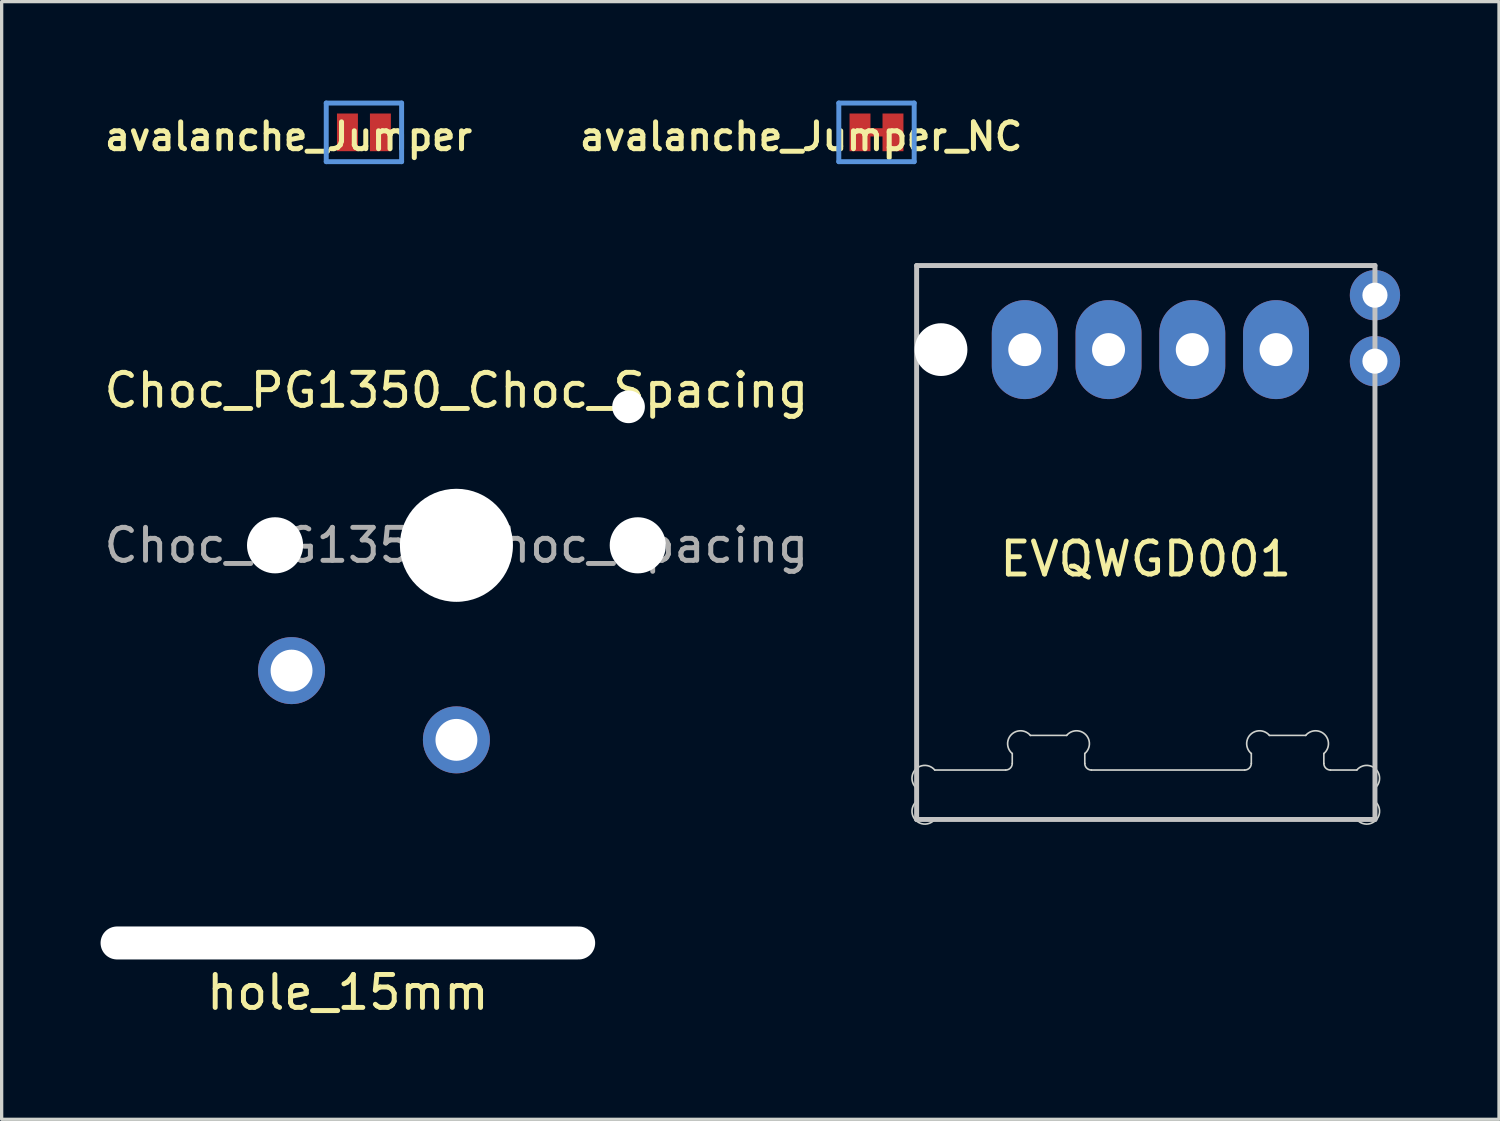
<source format=kicad_pcb>
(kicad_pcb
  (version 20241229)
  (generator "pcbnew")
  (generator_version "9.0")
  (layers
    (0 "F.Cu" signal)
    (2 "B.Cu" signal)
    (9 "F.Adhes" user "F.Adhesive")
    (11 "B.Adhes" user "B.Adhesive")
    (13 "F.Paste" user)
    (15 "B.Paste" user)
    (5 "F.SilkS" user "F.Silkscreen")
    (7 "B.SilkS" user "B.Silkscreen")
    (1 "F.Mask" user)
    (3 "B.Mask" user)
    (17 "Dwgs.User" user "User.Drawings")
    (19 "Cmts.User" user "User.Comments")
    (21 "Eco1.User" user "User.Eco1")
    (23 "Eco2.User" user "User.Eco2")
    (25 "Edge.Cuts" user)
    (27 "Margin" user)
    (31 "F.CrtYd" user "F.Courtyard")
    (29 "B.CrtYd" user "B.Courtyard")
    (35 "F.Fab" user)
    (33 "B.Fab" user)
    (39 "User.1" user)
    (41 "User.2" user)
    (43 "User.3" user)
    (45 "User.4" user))
  (footprint "Choc_PG1350_Choc_Spacing"
    (layer "F.Cu")
    (at 10.792 13.488)
    (property "Reference" "Choc_PG1350_Choc_Spacing" (at 0 0 0) (layer "F.Fab") (effects (font (size 1 1) (thickness 0.15))))
    (attr through_hole)
    (fp_line (start -9 -8.5) (end 9 -8.5) (stroke (width 0.12) (type solid)) (layer "Eco1.User"))
    (fp_line (start -9 8.5) (end -9 -8.5) (stroke (width 0.12) (type solid)) (layer "Eco1.User"))
    (fp_line (start 9 -8.5) (end 9 8.5) (stroke (width 0.12) (type solid)) (layer "Eco1.User"))
    (fp_line (start 9 8.5) (end -9 8.5) (stroke (width 0.12) (type solid)) (layer "Eco1.User"))
    (fp_line (start -6.9 6.9) (end -6.9 -6.9) (stroke (width 0.15) (type solid)) (layer "Eco2.User"))
    (fp_line (start -6.9 6.9) (end 6.9 6.9) (stroke (width 0.15) (type solid)) (layer "Eco2.User"))
    (fp_line (start -2.6 -3.1) (end -2.6 -6.3) (stroke (width 0.15) (type solid)) (layer "Eco2.User"))
    (fp_line (start -2.6 -3.1) (end 2.6 -3.1) (stroke (width 0.15) (type solid)) (layer "Eco2.User"))
    (fp_line (start 2.6 -6.3) (end -2.6 -6.3) (stroke (width 0.15) (type solid)) (layer "Eco2.User"))
    (fp_line (start 2.6 -3.1) (end 2.6 -6.3) (stroke (width 0.15) (type solid)) (layer "Eco2.User"))
    (fp_line (start 6.9 -6.9) (end -6.9 -6.9) (stroke (width 0.15) (type solid)) (layer "Eco2.User"))
    (fp_line (start 6.9 -6.9) (end 6.9 6.9) (stroke (width 0.15) (type solid)) (layer "Eco2.User"))
    (fp_text user "${REFERENCE}" (at 0 -4.7 0) (layer "F.SilkS") (effects (font (size 1 1) (thickness 0.15))))
    (pad "" np_thru_hole circle (at -5.5 0) (size 1.702 1.702) (drill 1.702) (layers "*.Cu" "*.Mask"))
    (pad "" np_thru_hole circle (at 0 0) (size 3.429 3.429) (drill 3.429) (layers "*.Cu" "*.Mask"))
    (pad "" np_thru_hole circle (at 5.22 -4.2) (size 0.991 0.991) (drill 0.991) (layers "*.Cu" "*.Mask"))
    (pad "" np_thru_hole circle (at 5.5 0) (size 1.702 1.702) (drill 1.702) (layers "*.Cu" "*.Mask"))
    (pad "1" thru_hole circle (at 0 5.9) (size 2.032 2.032) (drill 1.27) (layers "*.Cu" "*.Mask"))
    (pad "2" thru_hole circle (at -5 3.8) (size 2.032 2.032) (drill 1.27) (layers "*.Cu" "*.Mask")))
  (footprint "avalanche_Jumper_NC"
    (layer "F.Cu")
    (at 23.532 0.964)
    (property "Reference" "avalanche_Jumper_NC" (at -2.286 0.127 0) (layer "F.SilkS") (effects (font (size 0.813 0.813) (thickness 0.152))))
    (attr smd)
    (fp_line (start -1.143 -0.889) (end 1.143 -0.889) (stroke (width 0.15) (type solid)) (layer "Cmts.User"))
    (fp_line (start -1.143 0.889) (end -1.143 -0.889) (stroke (width 0.15) (type solid)) (layer "Cmts.User"))
    (fp_line (start 1.143 -0.889) (end 1.143 0.889) (stroke (width 0.15) (type solid)) (layer "Cmts.User"))
    (fp_line (start 1.143 0.889) (end -1.143 0.889) (stroke (width 0.15) (type solid)) (layer "Cmts.User"))
    (pad "1" smd rect (at -0.5 0) (size 0.635 1.143) (layers "F.Cu" "F.Mask" "F.Paste"))
    (pad "2" smd rect (at 0 -0.00038 90) (size 0.25 1.143) (layers "F.Cu" "F.Mask" "F.Paste"))
    (pad "2" smd rect (at 0.5 0) (size 0.635 1.143) (layers "F.Cu" "F.Mask" "F.Paste")))
  (footprint "avalanche_Jumper"
    (layer "F.Cu")
    (at 7.987 0.964)
    (property "Reference" "avalanche_Jumper" (at -2.286 0.127 0) (layer "F.SilkS") (effects (font (size 0.813 0.813) (thickness 0.152))))
    (attr smd)
    (fp_line (start -1.143 -0.889) (end 1.143 -0.889) (stroke (width 0.15) (type solid)) (layer "Cmts.User"))
    (fp_line (start -1.143 0.889) (end -1.143 -0.889) (stroke (width 0.15) (type solid)) (layer "Cmts.User"))
    (fp_line (start 1.143 -0.889) (end 1.143 0.889) (stroke (width 0.15) (type solid)) (layer "Cmts.User"))
    (fp_line (start 1.143 0.889) (end -1.143 0.889) (stroke (width 0.15) (type solid)) (layer "Cmts.User"))
    (pad "1" smd rect (at -0.5 0) (size 0.635 1.143) (layers "F.Cu" "F.Mask" "F.Paste"))
    (pad "2" smd rect (at 0.5 0) (size 0.635 1.143) (layers "F.Cu" "F.Mask" "F.Paste")))
  (footprint "hole_15mm"
    (layer "F.Cu")
    (at 7.5 25.548)
    (property "Reference" "hole_15mm" (at 0 1.5 0) (layer "F.SilkS") (effects (font (size 1 1) (thickness 0.15))))
    (attr through_hole)
    (pad "" np_thru_hole oval (at 0 0 90) (size 1 15) (drill oval 1 15) (layers "*.Cu" "*.Mask")))
  (footprint "EVQWGD001"
    (layer "F.Cu")
    (at 31.699 13.403)
    (property "Reference" "EVQWGD001" (at 0 0.5 180) (layer "F.SilkS") (effects (font (size 1 1) (thickness 0.15))))
    (attr through_hole)
    (fp_line (start -6.95 -8.4) (end -6.95 8.4) (stroke (width 0.15) (type solid)) (layer "Dwgs.User"))
    (fp_line (start -6.95 -8.4) (end 6.95 -8.4) (stroke (width 0.15) (type solid)) (layer "Dwgs.User"))
    (fp_line (start -6.95 8.4) (end 6.95 8.4) (stroke (width 0.15) (type solid)) (layer "Dwgs.User"))
    (fp_line (start 6.95 -8.4) (end 6.95 8.4) (stroke (width 0.15) (type solid)) (layer "Dwgs.User"))
    (fp_line (start -6.95 7.45) (end -6.95 7.85) (stroke (width 0.05) (type solid)) (layer "Edge.Cuts"))
    (fp_line (start -6.4 6.9) (end -4.25 6.9) (stroke (width 0.05) (type solid)) (layer "Edge.Cuts"))
    (fp_line (start -6.4 8.4) (end 6.4 8.4) (stroke (width 0.05) (type solid)) (layer "Edge.Cuts"))
    (fp_line (start -4.05 6.7) (end -4.05 6.4) (stroke (width 0.05) (type solid)) (layer "Edge.Cuts"))
    (fp_line (start -2.4 5.85) (end -3.5 5.85) (stroke (width 0.05) (type solid)) (layer "Edge.Cuts"))
    (fp_line (start -1.85 6.7) (end -1.85 6.4) (stroke (width 0.05) (type solid)) (layer "Edge.Cuts"))
    (fp_line (start -1.65 6.9) (end 3 6.9) (stroke (width 0.05) (type solid)) (layer "Edge.Cuts"))
    (fp_line (start 3.2 6.7) (end 3.2 6.4) (stroke (width 0.05) (type solid)) (layer "Edge.Cuts"))
    (fp_line (start 4.85 5.85) (end 3.75 5.85) (stroke (width 0.05) (type solid)) (layer "Edge.Cuts"))
    (fp_line (start 5.4 6.7) (end 5.4 6.4) (stroke (width 0.05) (type solid)) (layer "Edge.Cuts"))
    (fp_line (start 5.6 6.9) (end 6.4 6.9) (stroke (width 0.05) (type solid)) (layer "Edge.Cuts"))
    (fp_line (start 6.95 7.45) (end 6.95 7.85) (stroke (width 0.05) (type solid)) (layer "Edge.Cuts"))
    (fp_arc (start -6.94997 7.450024) (mid -6.976147 6.87388) (end -6.4 6.900001) (stroke (width 0.05) (type solid)) (layer "Edge.Cuts"))
    (fp_arc (start -6.4 8.4) (mid -6.976134 8.426134) (end -6.95 7.85) (stroke (width 0.05) (type solid)) (layer "Edge.Cuts"))
    (fp_arc (start -4.05 6.4) (mid -4.076134 5.823866) (end -3.5 5.85) (stroke (width 0.05) (type solid)) (layer "Edge.Cuts"))
    (fp_arc (start -4.05 6.7) (mid -4.108579 6.841421) (end -4.25 6.9) (stroke (width 0.05) (type solid)) (layer "Edge.Cuts"))
    (fp_arc (start -2.4 5.85) (mid -1.823866 5.823866) (end -1.85 6.4) (stroke (width 0.05) (type solid)) (layer "Edge.Cuts"))
    (fp_arc (start -1.65 6.9) (mid -1.791421 6.841421) (end -1.85 6.7) (stroke (width 0.05) (type solid)) (layer "Edge.Cuts"))
    (fp_arc (start 3.2 6.4) (mid 3.173866 5.823866) (end 3.75 5.85) (stroke (width 0.05) (type solid)) (layer "Edge.Cuts"))
    (fp_arc (start 3.2 6.7) (mid 3.141421 6.841421) (end 3 6.9) (stroke (width 0.05) (type solid)) (layer "Edge.Cuts"))
    (fp_arc (start 4.85 5.85) (mid 5.426134 5.823866) (end 5.4 6.4) (stroke (width 0.05) (type solid)) (layer "Edge.Cuts"))
    (fp_arc (start 5.6 6.9) (mid 5.458579 6.841421) (end 5.4 6.7) (stroke (width 0.05) (type solid)) (layer "Edge.Cuts"))
    (fp_arc (start 6.4 6.9) (mid 6.976134 6.873866) (end 6.95 7.45) (stroke (width 0.05) (type solid)) (layer "Edge.Cuts"))
    (fp_arc (start 6.95 7.85) (mid 6.976134 8.426134) (end 6.4 8.4) (stroke (width 0.05) (type solid)) (layer "Edge.Cuts"))
    (pad "" np_thru_hole circle (at -6.21 -5.85) (size 1.6 1.6) (drill 1.6) (layers "*.Cu"))
    (pad "A" thru_hole oval (at 3.95 -5.85) (size 2 3) (drill 1) (layers "*.Cu" "B.Mask"))
    (pad "B" thru_hole oval (at 1.41 -5.85) (size 2 3) (drill 1) (layers "*.Cu" "B.Mask"))
    (pad "C" thru_hole oval (at -1.13 -5.85) (size 2 3) (drill 1) (layers "*.Cu" "B.Mask"))
    (pad "NC" thru_hole oval (at -3.67 -5.85) (size 2 3) (drill 1) (layers "*.Cu" "B.Mask"))
    (pad "S1" thru_hole circle (at 6.95 -7.5) (size 1.524 1.524) (drill 0.762) (layers "*.Cu" "B.Mask"))
    (pad "S2" thru_hole oval (at 6.95 -5.5) (size 1.524 1.524) (drill 0.762) (layers "*.Cu" "B.Mask")))
  (gr_rect
    (start -3 -3)
    (end 42.411 30.896)
    (stroke (width 0.1) (type default))
    (fill no)
    (layer "Edge.Cuts")))
</source>
